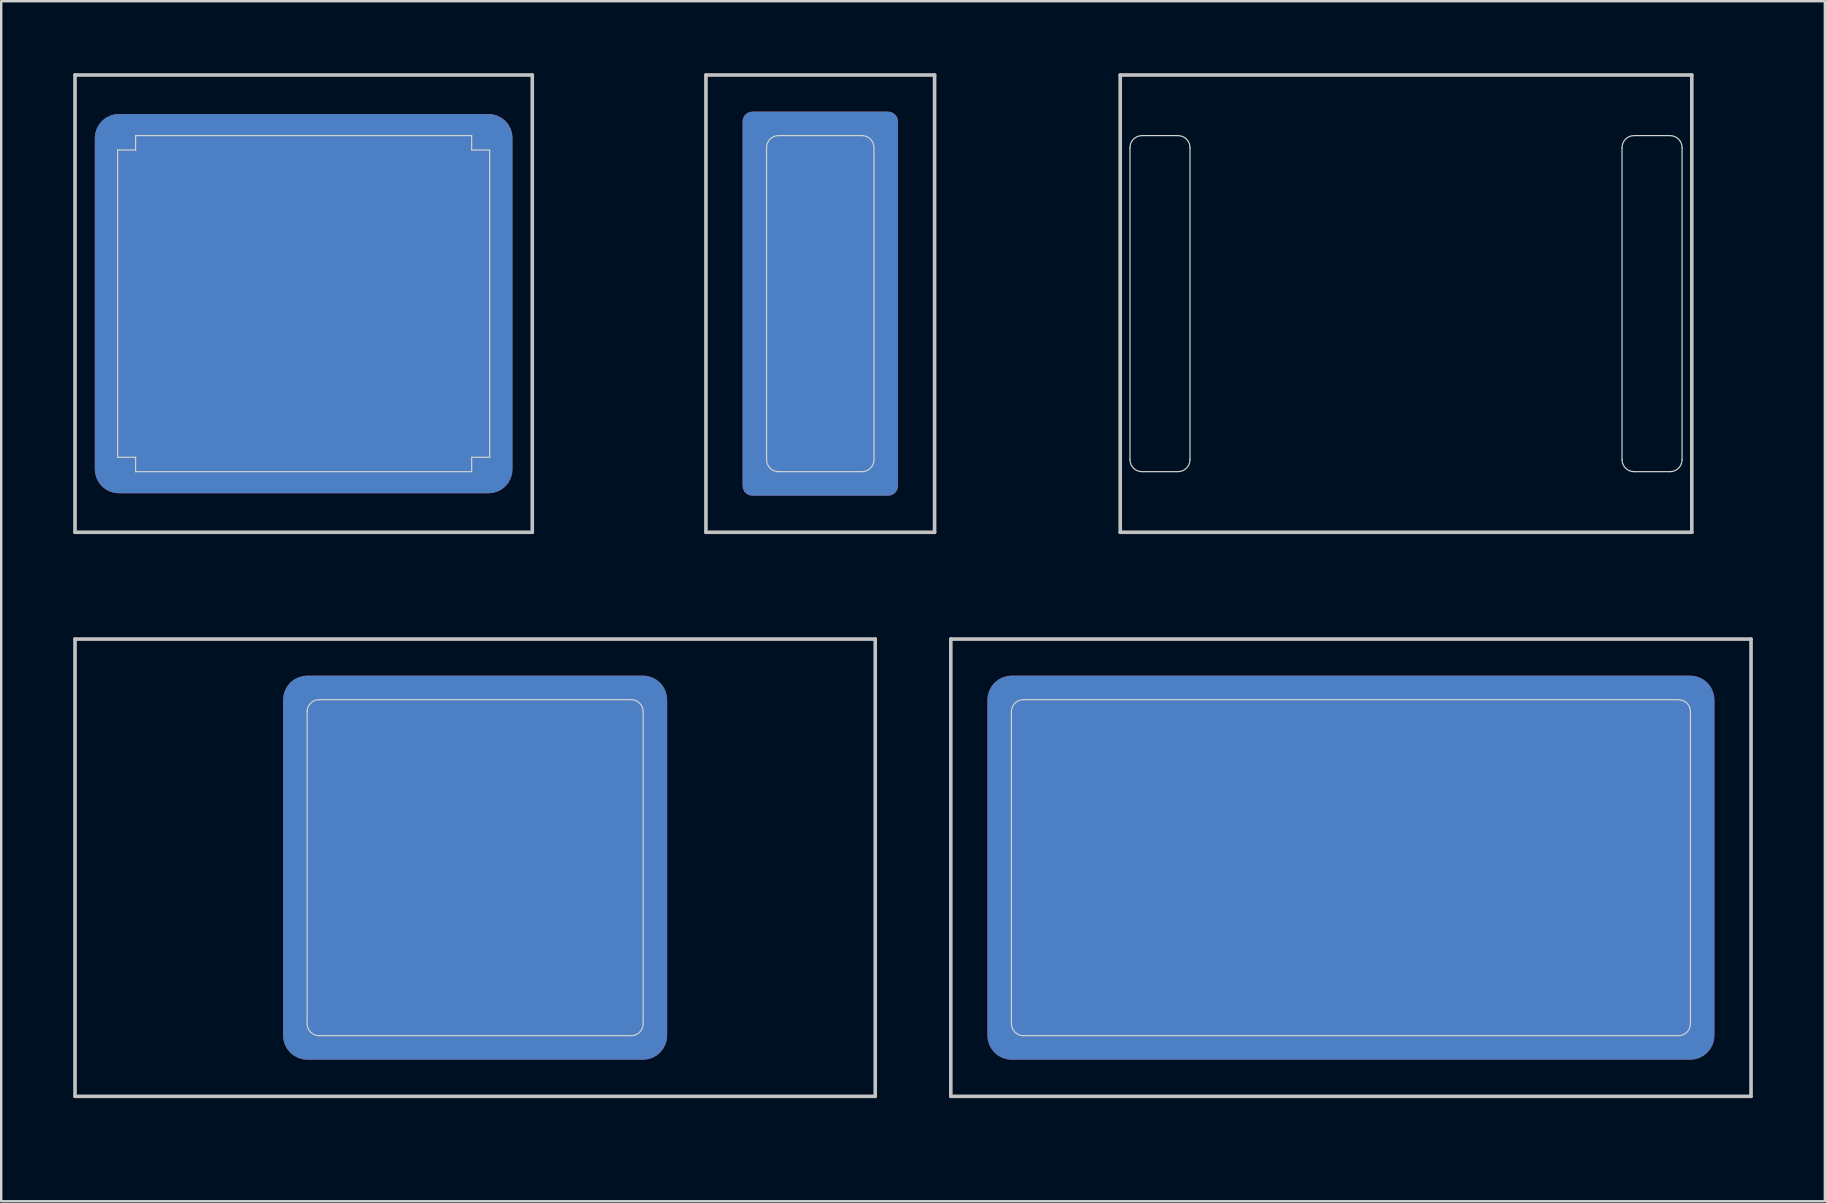
<source format=kicad_pcb>
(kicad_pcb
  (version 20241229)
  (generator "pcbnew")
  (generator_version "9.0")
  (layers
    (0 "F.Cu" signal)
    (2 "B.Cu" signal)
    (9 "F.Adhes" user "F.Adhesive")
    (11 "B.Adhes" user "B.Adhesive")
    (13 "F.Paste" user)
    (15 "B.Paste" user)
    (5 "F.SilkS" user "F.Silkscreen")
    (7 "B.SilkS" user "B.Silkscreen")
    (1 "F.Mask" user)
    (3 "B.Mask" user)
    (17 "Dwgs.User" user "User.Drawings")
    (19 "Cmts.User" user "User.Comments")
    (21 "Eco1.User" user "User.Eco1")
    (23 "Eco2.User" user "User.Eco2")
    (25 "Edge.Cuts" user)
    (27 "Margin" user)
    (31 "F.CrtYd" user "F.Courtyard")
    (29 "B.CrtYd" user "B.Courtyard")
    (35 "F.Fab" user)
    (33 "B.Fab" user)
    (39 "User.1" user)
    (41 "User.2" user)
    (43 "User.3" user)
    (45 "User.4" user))
  (footprint "MX-Alps_Cutout_1u"
    (layer "F.Cu")
    (at 9.6 9.6)
    (property "Reference" "MX-Alps_Cutout_1u" (at 0.25 10.05 0) (layer "Eco2.User") (effects (font (size 1 1) (thickness 0.15))))
    (attr through_hole)
    (fp_line (start -9.525 -9.525) (end 9.525 -9.525) (stroke (width 0.15) (type solid)) (layer "Dwgs.User"))
    (fp_line (start -9.525 9.525) (end -9.525 -9.525) (stroke (width 0.15) (type solid)) (layer "Dwgs.User"))
    (fp_line (start 9.525 -9.525) (end 9.525 9.525) (stroke (width 0.15) (type solid)) (layer "Dwgs.User"))
    (fp_line (start 9.525 9.525) (end -9.525 9.525) (stroke (width 0.15) (type solid)) (layer "Dwgs.User"))
    (fp_line (start -7.75 -6.4) (end -7.75 6.4) (stroke (width 0.05) (type solid)) (layer "Edge.Cuts"))
    (fp_line (start -7.75 -6.4) (end -7 -6.4) (stroke (width 0.05) (type solid)) (layer "Edge.Cuts"))
    (fp_line (start -7 -7) (end 7 -7) (stroke (width 0.05) (type solid)) (layer "Edge.Cuts"))
    (fp_line (start -7 -6.4) (end -7 -7) (stroke (width 0.05) (type solid)) (layer "Edge.Cuts"))
    (fp_line (start -7 6.4) (end -7.75 6.4) (stroke (width 0.05) (type solid)) (layer "Edge.Cuts"))
    (fp_line (start -7 7) (end -7 6.4) (stroke (width 0.05) (type solid)) (layer "Edge.Cuts"))
    (fp_line (start -7 7) (end 7 7) (stroke (width 0.05) (type solid)) (layer "Edge.Cuts"))
    (fp_line (start 7 -7) (end 7 -6.4) (stroke (width 0.05) (type solid)) (layer "Edge.Cuts"))
    (fp_line (start 7 -6.4) (end 7.75 -6.4) (stroke (width 0.05) (type solid)) (layer "Edge.Cuts"))
    (fp_line (start 7 6.4) (end 7 7) (stroke (width 0.05) (type solid)) (layer "Edge.Cuts"))
    (fp_line (start 7.75 -6.4) (end 7.75 6.4) (stroke (width 0.05) (type solid)) (layer "Edge.Cuts"))
    (fp_line (start 7.75 6.4) (end 7 6.4) (stroke (width 0.05) (type solid)) (layer "Edge.Cuts"))
    (pad "1" smd roundrect (at 0 0 180) (size 17.4 15.8) (layers "F.Cu" "F.Mask") (roundrect_rratio 0.063))
    (pad "1" smd roundrect (at 0 0 180) (size 17.4 15.8) (layers "B.Cu" "B.Mask") (roundrect_rratio 0.063)))
  (footprint "MX_Cutout_0.5u_Blocker"
    (layer "F.Cu")
    (at 31.123 9.6)
    (property "Reference" "MX_Cutout_0.5u_Blocker" (at 0.25 10.05 0) (layer "Eco2.User") (effects (font (size 1 1) (thickness 0.15))))
    (attr through_hole)
    (fp_line (start -4.763 -9.525) (end 4.763 -9.525) (stroke (width 0.15) (type solid)) (layer "Dwgs.User"))
    (fp_line (start -4.763 9.525) (end -4.763 -9.525) (stroke (width 0.15) (type solid)) (layer "Dwgs.User"))
    (fp_line (start 4.763 -9.525) (end 4.763 9.525) (stroke (width 0.15) (type solid)) (layer "Dwgs.User"))
    (fp_line (start 4.763 9.525) (end -4.763 9.525) (stroke (width 0.15) (type solid)) (layer "Dwgs.User"))
    (fp_line (start -2.237 -6.5) (end -2.237 6.5) (stroke (width 0.05) (type solid)) (layer "Edge.Cuts"))
    (fp_line (start -1.738 -7) (end 1.738 -7) (stroke (width 0.05) (type solid)) (layer "Edge.Cuts"))
    (fp_line (start -1.738 7) (end 1.738 7) (stroke (width 0.05) (type solid)) (layer "Edge.Cuts"))
    (fp_line (start 2.237 6.5) (end 2.237 -6.5) (stroke (width 0.05) (type solid)) (layer "Edge.Cuts"))
    (fp_arc (start -2.2375 -6.5) (mid -2.091053 -6.853553) (end -1.7375 -7) (stroke (width 0.05) (type solid)) (layer "Edge.Cuts"))
    (fp_arc (start -1.7375 7) (mid -2.091053 6.853553) (end -2.2375 6.5) (stroke (width 0.05) (type solid)) (layer "Edge.Cuts"))
    (fp_arc (start 1.7375 -7) (mid 2.091053 -6.853553) (end 2.2375 -6.5) (stroke (width 0.05) (type solid)) (layer "Edge.Cuts"))
    (fp_arc (start 2.2375 6.5) (mid 2.091053 6.853553) (end 1.7375 7) (stroke (width 0.05) (type solid)) (layer "Edge.Cuts"))
    (pad "1" smd roundrect (at 0 0 180) (size 6.475 16) (layers "F.Cu" "F.Mask") (roundrect_rratio 0.063))
    (pad "1" smd roundrect (at 0 0 180) (size 6.475 16) (layers "B.Cu" "B.Mask") (roundrect_rratio 0.063)))
  (footprint "MX_Cutout_1.75u_enc"
    (layer "F.Cu")
    (at 53.231 33.098)
    (property "Reference" "MX_Cutout_1.75u_enc" (at 0.25 10.05 0) (layer "Eco2.User") (effects (font (size 1 1) (thickness 0.15))))
    (attr through_hole)
    (fp_line (start -16.669 -9.525) (end 16.669 -9.525) (stroke (width 0.15) (type solid)) (layer "Dwgs.User"))
    (fp_line (start -16.669 9.525) (end -16.669 -9.525) (stroke (width 0.15) (type solid)) (layer "Dwgs.User"))
    (fp_line (start 16.669 -9.525) (end 16.669 9.525) (stroke (width 0.15) (type solid)) (layer "Dwgs.User"))
    (fp_line (start 16.669 9.525) (end -16.669 9.525) (stroke (width 0.15) (type solid)) (layer "Dwgs.User"))
    (fp_line (start -14.144 -6.5) (end -14.144 6.5) (stroke (width 0.05) (type solid)) (layer "Edge.Cuts"))
    (fp_line (start -13.644 7) (end 13.644 7) (stroke (width 0.05) (type solid)) (layer "Edge.Cuts"))
    (fp_line (start 13.644 -7) (end -13.644 -7) (stroke (width 0.05) (type solid)) (layer "Edge.Cuts"))
    (fp_line (start 14.144 6.5) (end 14.144 -6.5) (stroke (width 0.05) (type solid)) (layer "Edge.Cuts"))
    (fp_arc (start -14.14375 -6.5) (mid -13.997303 -6.853553) (end -13.64375 -7) (stroke (width 0.05) (type solid)) (layer "Edge.Cuts"))
    (fp_arc (start -13.64375 7) (mid -13.997303 6.853553) (end -14.14375 6.5) (stroke (width 0.05) (type solid)) (layer "Edge.Cuts"))
    (fp_arc (start 13.64375 -7) (mid 13.997303 -6.853553) (end 14.14375 -6.5) (stroke (width 0.05) (type solid)) (layer "Edge.Cuts"))
    (fp_arc (start 14.14375 6.5) (mid 13.997303 6.853553) (end 13.64375 7) (stroke (width 0.05) (type solid)) (layer "Edge.Cuts"))
    (pad "1" smd roundrect (at 0 0 180) (size 30.288 16) (layers "F.Cu" "F.Mask") (roundrect_rratio 0.063))
    (pad "1" smd roundrect (at 0 0 180) (size 30.288 16) (layers "B.Cu" "B.Mask") (roundrect_rratio 0.063)))
  (footprint "MX_Cutout_1.75u"
    (layer "F.Cu")
    (at 16.744 33.098)
    (property "Reference" "MX_Cutout_1.75u" (at 0.25 10.05 0) (layer "Eco2.User") (effects (font (size 1 1) (thickness 0.15))))
    (attr through_hole)
    (fp_line (start -16.669 -9.525) (end 16.669 -9.525) (stroke (width 0.15) (type solid)) (layer "Dwgs.User"))
    (fp_line (start -16.669 9.525) (end -16.669 -9.525) (stroke (width 0.15) (type solid)) (layer "Dwgs.User"))
    (fp_line (start 16.669 -9.525) (end 16.669 9.525) (stroke (width 0.15) (type solid)) (layer "Dwgs.User"))
    (fp_line (start 16.669 9.525) (end -16.669 9.525) (stroke (width 0.15) (type solid)) (layer "Dwgs.User"))
    (fp_line (start -7 -6.5) (end -7 6.5) (stroke (width 0.05) (type solid)) (layer "Edge.Cuts"))
    (fp_line (start -6.5 7) (end 6.5 7) (stroke (width 0.05) (type solid)) (layer "Edge.Cuts"))
    (fp_line (start 6.5 -7) (end -6.5 -7) (stroke (width 0.05) (type solid)) (layer "Edge.Cuts"))
    (fp_line (start 7 6.5) (end 7 -6.5) (stroke (width 0.05) (type solid)) (layer "Edge.Cuts"))
    (fp_arc (start -7 -6.5) (mid -6.853553 -6.853553) (end -6.5 -7) (stroke (width 0.05) (type solid)) (layer "Edge.Cuts"))
    (fp_arc (start -6.5 7) (mid -6.853553 6.853553) (end -7 6.5) (stroke (width 0.05) (type solid)) (layer "Edge.Cuts"))
    (fp_arc (start 6.5 -7) (mid 6.853553 -6.853553) (end 7 -6.5) (stroke (width 0.05) (type solid)) (layer "Edge.Cuts"))
    (fp_arc (start 7 6.5) (mid 6.853553 6.853553) (end 6.5 7) (stroke (width 0.05) (type solid)) (layer "Edge.Cuts"))
    (pad "1" smd roundrect (at 0 0 180) (size 16 16) (layers "F.Cu" "F.Mask") (roundrect_rratio 0.063))
    (pad "1" smd roundrect (at 0 0 180) (size 16 16) (layers "B.Cu" "B.Mask") (roundrect_rratio 0.063)))
  (footprint "MX_Cutout_1.25u_Acoustic"
    (layer "F.Cu")
    (at 55.526 9.6)
    (property "Reference" "MX_Cutout_1.25u_Acoustic" (at 0.25 10.05 0) (layer "Eco2.User") (effects (font (size 1 1) (thickness 0.15))))
    (attr through_hole)
    (fp_line (start -11.906 -9.525) (end 11.906 -9.525) (stroke (width 0.15) (type solid)) (layer "Dwgs.User"))
    (fp_line (start -11.906 9.525) (end -11.906 -9.525) (stroke (width 0.15) (type solid)) (layer "Dwgs.User"))
    (fp_line (start 11.906 -9.525) (end 11.906 9.525) (stroke (width 0.15) (type solid)) (layer "Dwgs.User"))
    (fp_line (start 11.906 9.525) (end -11.906 9.525) (stroke (width 0.15) (type solid)) (layer "Dwgs.User"))
    (fp_line (start -11.5 -6.5) (end -11.5 6.5) (stroke (width 0.05) (type solid)) (layer "Edge.Cuts"))
    (fp_line (start -11 7) (end -9.5 7) (stroke (width 0.05) (type solid)) (layer "Edge.Cuts"))
    (fp_line (start -9.5 -7) (end -11 -7) (stroke (width 0.05) (type solid)) (layer "Edge.Cuts"))
    (fp_line (start -9 -6.5) (end -9 6.5) (stroke (width 0.05) (type solid)) (layer "Edge.Cuts"))
    (fp_line (start 9 -6.5) (end 9 6.5) (stroke (width 0.05) (type solid)) (layer "Edge.Cuts"))
    (fp_line (start 9.5 7) (end 11 7) (stroke (width 0.05) (type solid)) (layer "Edge.Cuts"))
    (fp_line (start 11 -7) (end 9.5 -7) (stroke (width 0.05) (type solid)) (layer "Edge.Cuts"))
    (fp_line (start 11.5 -6.5) (end 11.5 6.5) (stroke (width 0.05) (type solid)) (layer "Edge.Cuts"))
    (fp_arc (start -11.5 -6.5) (mid -11.353553 -6.853553) (end -11 -7) (stroke (width 0.05) (type solid)) (layer "Edge.Cuts"))
    (fp_arc (start -11 7) (mid -11.353553 6.853553) (end -11.5 6.5) (stroke (width 0.05) (type solid)) (layer "Edge.Cuts"))
    (fp_arc (start -9.5 -7) (mid -9.146447 -6.853553) (end -9 -6.5) (stroke (width 0.05) (type solid)) (layer "Edge.Cuts"))
    (fp_arc (start -9 6.5) (mid -9.146447 6.853553) (end -9.5 7) (stroke (width 0.05) (type solid)) (layer "Edge.Cuts"))
    (fp_arc (start 9 -6.5) (mid 9.146447 -6.853553) (end 9.5 -7) (stroke (width 0.05) (type solid)) (layer "Edge.Cuts"))
    (fp_arc (start 9.5 7) (mid 9.146447 6.853553) (end 9 6.5) (stroke (width 0.05) (type solid)) (layer "Edge.Cuts"))
    (fp_arc (start 11 -7) (mid 11.353553 -6.853553) (end 11.5 -6.5) (stroke (width 0.05) (type solid)) (layer "Edge.Cuts"))
    (fp_arc (start 11.5 6.5) (mid 11.353553 6.853553) (end 11 7) (stroke (width 0.05) (type solid)) (layer "Edge.Cuts")))
  (gr_rect
    (start -3 -3)
    (end 72.975 46.996)
    (stroke (width 0.1) (type default))
    (fill no)
    (layer "Edge.Cuts")))
</source>
